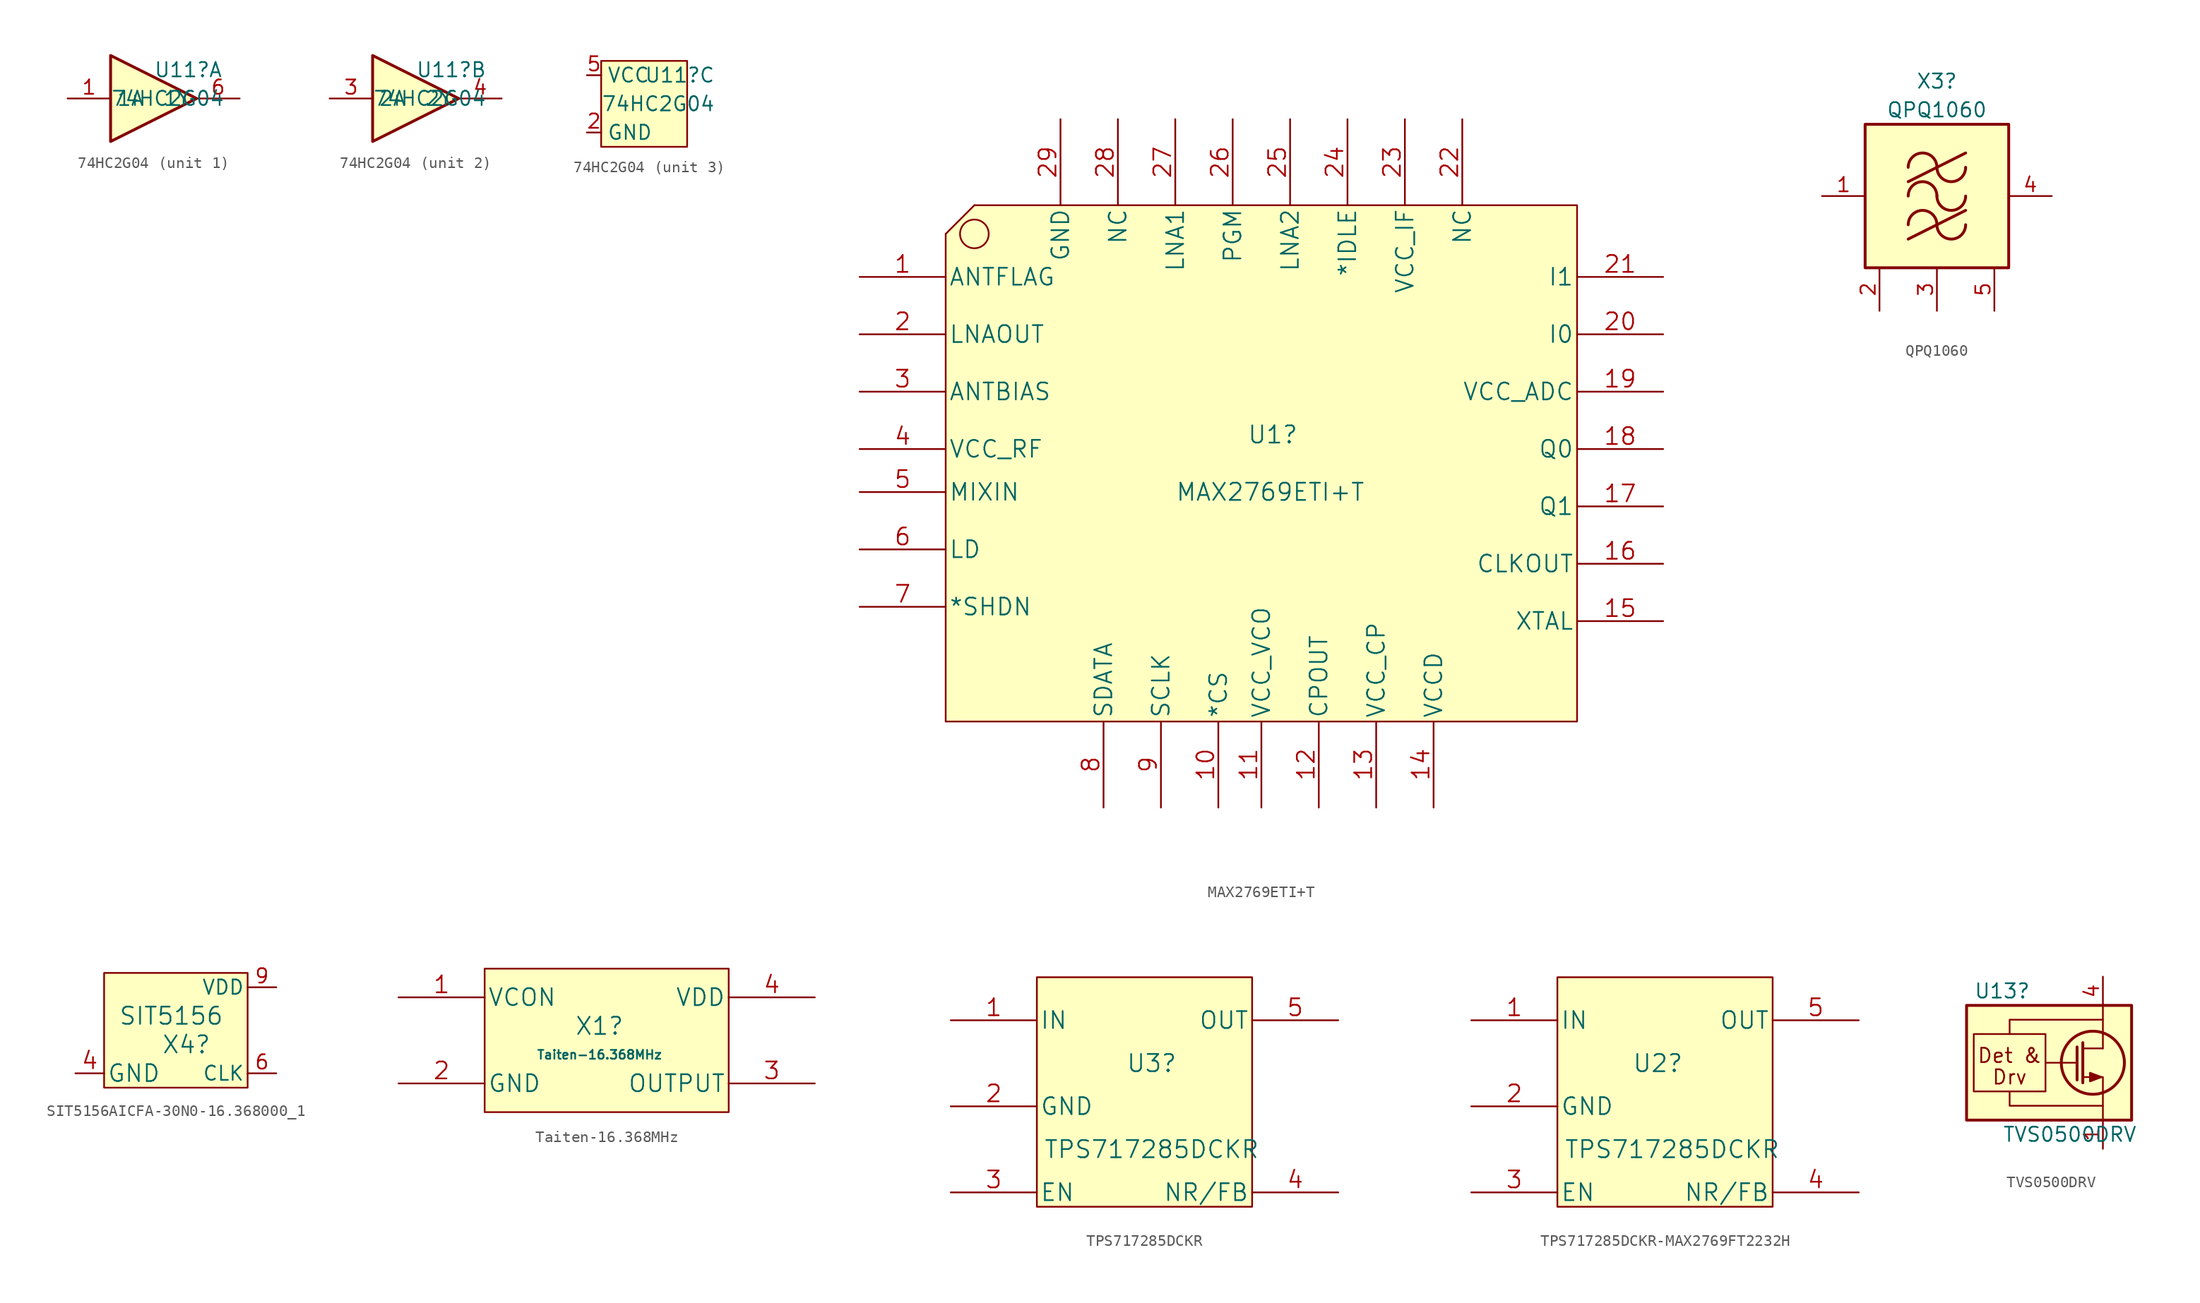
<source format=kicad_sym>
(kicad_symbol_lib
  (version 20220914)
  (generator kicad_symbol_editor)
  (symbol "74HC2G04"
    (property "Reference" "U11"
      (at 0 2.54 0)
      (effects (font (size 1.27 1.27)) (justify left)))
    (property "Value" "74HC2G04"
      (at -3.81 0 0)
      (effects (font (size 1.27 1.27)) (justify left)))
    (property "ki_locked" ""
      (at 0 0 0)
      (effects (font (size 1.27 1.27))))
    (symbol "74HC2G04_1_0"
      (polyline (pts (xy -3.81 3.81) (xy -3.81 -3.81) (xy 3.81 0) (xy -3.81 3.81)) (stroke (width 0.254) (type solid)) (fill (type background)))
      (pin input line (at -7.62 0 0) (length 3.81) (name "1A" (effects (font (size 1.27 1.27)))) (number "1" (effects (font (size 1.27 1.27)))))
      (pin output line (at 7.62 0 180) (length 3.81) (name "1Y" (effects (font (size 1.27 1.27)))) (number "6" (effects (font (size 1.27 1.27))))))
    (symbol "74HC2G04_2_0"
      (polyline (pts (xy -3.81 3.81) (xy -3.81 -3.81) (xy 3.81 0) (xy -3.81 3.81)) (stroke (width 0.254) (type solid)) (fill (type background)))
      (pin input line (at -7.62 0 0) (length 3.81) (name "2A" (effects (font (size 1.27 1.27)))) (number "3" (effects (font (size 1.27 1.27)))))
      (pin output line (at 7.62 0 180) (length 3.81) (name "2Y" (effects (font (size 1.27 1.27)))) (number "4" (effects (font (size 1.27 1.27))))))
    (symbol "74HC2G04_3_0"
      (pin power_in line (at -5.08 -2.54 0) (length 1.27) (name "GND" (effects (font (size 1.27 1.27)))) (number "2" (effects (font (size 1.27 1.27)))))
      (pin power_in line (at -5.08 2.54 0) (length 1.27) (name "VCC" (effects (font (size 1.27 1.27)))) (number "5" (effects (font (size 1.27 1.27))))))
    (symbol "74HC2G04_3_1"
      (rectangle (start 3.81 3.81) (end -3.81 -3.81) (stroke (width 0) (type solid)) (fill (type background)))))
  (symbol "MAX2769ETI+T"
    (pin_names
      (offset 0.254))
    (property "Reference" "U1"
      (at 34.29 -15.24 0)
      (effects (font (size 1.524 1.524)) (justify left)))
    (property "Value" "MAX2769ETI+T"
      (at 27.94 -20.32 0)
      (effects (font (size 1.524 1.524)) (justify left)))
    (property "Datasheet" ""
      (at 0 0 0)
      (effects (font (size 1.524 1.524))))
    (property "ki_locked" ""
      (at 0 0 0)
      (effects (font (size 1.27 1.27))))
    (symbol "MAX2769ETI+T_1_1"
      (polyline (pts (xy 7.62 2.54) (xy 10.16 5.08)) (stroke (width 0) (type solid)) (fill (type none)))
      (polyline (pts (xy 7.62 2.54) (xy 7.62 -40.64) (xy 63.5 -40.64) (xy 63.5 5.08) (xy 10.16 5.08)) (stroke (width 0) (type solid)) (fill (type background)))
      (circle (center 10.16 2.54) (radius 1.27) (stroke (width 0) (type solid)) (fill (type none)))
      (pin unspecified line (at 0 -1.27 0) (length 7.62) (name "ANTFLAG" (effects (font (size 1.499 1.499)))) (number "1" (effects (font (size 1.499 1.499)))))
      (pin unspecified line (at 31.75 -48.26 90) (length 7.62) (name "*CS" (effects (font (size 1.499 1.499)))) (number "10" (effects (font (size 1.499 1.499)))))
      (pin unspecified line (at 35.56 -48.26 90) (length 7.62) (name "VCC_VCO" (effects (font (size 1.499 1.499)))) (number "11" (effects (font (size 1.499 1.499)))))
      (pin unspecified line (at 40.64 -48.26 90) (length 7.62) (name "CPOUT" (effects (font (size 1.499 1.499)))) (number "12" (effects (font (size 1.499 1.499)))))
      (pin unspecified line (at 45.72 -48.26 90) (length 7.62) (name "VCC_CP" (effects (font (size 1.499 1.499)))) (number "13" (effects (font (size 1.499 1.499)))))
      (pin unspecified line (at 50.8 -48.26 90) (length 7.62) (name "VCCD" (effects (font (size 1.499 1.499)))) (number "14" (effects (font (size 1.499 1.499)))))
      (pin unspecified line (at 71.12 -31.75 180) (length 7.62) (name "XTAL" (effects (font (size 1.499 1.499)))) (number "15" (effects (font (size 1.499 1.499)))))
      (pin unspecified line (at 71.12 -26.67 180) (length 7.62) (name "CLKOUT" (effects (font (size 1.499 1.499)))) (number "16" (effects (font (size 1.499 1.499)))))
      (pin unspecified line (at 71.12 -21.59 180) (length 7.62) (name "Q1" (effects (font (size 1.499 1.499)))) (number "17" (effects (font (size 1.499 1.499)))))
      (pin unspecified line (at 71.12 -16.51 180) (length 7.62) (name "Q0" (effects (font (size 1.499 1.499)))) (number "18" (effects (font (size 1.499 1.499)))))
      (pin unspecified line (at 71.12 -11.43 180) (length 7.62) (name "VCC_ADC" (effects (font (size 1.499 1.499)))) (number "19" (effects (font (size 1.499 1.499)))))
      (pin unspecified line (at 0 -6.35 0) (length 7.62) (name "LNAOUT" (effects (font (size 1.499 1.499)))) (number "2" (effects (font (size 1.499 1.499)))))
      (pin unspecified line (at 71.12 -6.35 180) (length 7.62) (name "I0" (effects (font (size 1.499 1.499)))) (number "20" (effects (font (size 1.499 1.499)))))
      (pin unspecified line (at 71.12 -1.27 180) (length 7.62) (name "I1" (effects (font (size 1.499 1.499)))) (number "21" (effects (font (size 1.499 1.499)))))
      (pin unspecified line (at 53.34 12.7 270) (length 7.62) (name "NC" (effects (font (size 1.499 1.499)))) (number "22" (effects (font (size 1.499 1.499)))))
      (pin unspecified line (at 48.26 12.7 270) (length 7.62) (name "VCC_IF" (effects (font (size 1.499 1.499)))) (number "23" (effects (font (size 1.499 1.499)))))
      (pin unspecified line (at 43.18 12.7 270) (length 7.62) (name "*IDLE" (effects (font (size 1.499 1.499)))) (number "24" (effects (font (size 1.499 1.499)))))
      (pin unspecified line (at 38.1 12.7 270) (length 7.62) (name "LNA2" (effects (font (size 1.499 1.499)))) (number "25" (effects (font (size 1.499 1.499)))))
      (pin unspecified line (at 33.02 12.7 270) (length 7.62) (name "PGM" (effects (font (size 1.499 1.499)))) (number "26" (effects (font (size 1.499 1.499)))))
      (pin unspecified line (at 27.94 12.7 270) (length 7.62) (name "LNA1" (effects (font (size 1.499 1.499)))) (number "27" (effects (font (size 1.499 1.499)))))
      (pin unspecified line (at 22.86 12.7 270) (length 7.62) (name "NC" (effects (font (size 1.499 1.499)))) (number "28" (effects (font (size 1.499 1.499)))))
      (pin power_in line (at 17.78 12.7 270) (length 7.62) (name "GND" (effects (font (size 1.499 1.499)))) (number "29" (effects (font (size 1.499 1.499)))))
      (pin unspecified line (at 0 -11.43 0) (length 7.62) (name "ANTBIAS" (effects (font (size 1.499 1.499)))) (number "3" (effects (font (size 1.499 1.499)))))
      (pin unspecified line (at 0 -16.51 0) (length 7.62) (name "VCC_RF" (effects (font (size 1.499 1.499)))) (number "4" (effects (font (size 1.499 1.499)))))
      (pin unspecified line (at 0 -20.32 0) (length 7.62) (name "MIXIN" (effects (font (size 1.499 1.499)))) (number "5" (effects (font (size 1.499 1.499)))))
      (pin unspecified line (at 0 -25.4 0) (length 7.62) (name "LD" (effects (font (size 1.499 1.499)))) (number "6" (effects (font (size 1.499 1.499)))))
      (pin unspecified line (at 0 -30.48 0) (length 7.62) (name "*SHDN" (effects (font (size 1.499 1.499)))) (number "7" (effects (font (size 1.499 1.499)))))
      (pin unspecified line (at 21.59 -48.26 90) (length 7.62) (name "SDATA" (effects (font (size 1.499 1.499)))) (number "8" (effects (font (size 1.499 1.499)))))
      (pin unspecified line (at 26.67 -48.26 90) (length 7.62) (name "SCLK" (effects (font (size 1.499 1.499)))) (number "9" (effects (font (size 1.499 1.499)))))))
  (symbol "QPQ1060"
    (pin_names hide)
    (property "Reference" "X3"
      (at 0 10.16 0)
      (effects (font (size 1.27 1.27))))
    (property "Value" "QPQ1060"
      (at 0 7.62 0)
      (effects (font (size 1.27 1.27))))
    (symbol "QPQ1060_1_1"
      (rectangle (start -6.35 6.35) (end 6.35 -6.35) (stroke (width 0.254) (type default)) (fill (type background)))
      (arc (start 0 -2.54) (mid -1.27 -1.2755) (end -2.54 -2.54) (stroke (width 0.254) (type default)) (fill (type none)))
      (arc (start 0 -2.54) (mid 1.27 -3.8045) (end 2.54 -2.54) (stroke (width 0.254) (type default)) (fill (type none)))
      (arc (start 0 0) (mid -1.27 1.2645) (end -2.54 0) (stroke (width 0.254) (type default)) (fill (type none)))
      (polyline (pts (xy -2.54 -3.81) (xy 2.54 -1.27)) (stroke (width 0.254) (type default)) (fill (type none)))
      (polyline (pts (xy -2.54 1.27) (xy 2.54 3.81)) (stroke (width 0.254) (type default)) (fill (type none)))
      (arc (start 0 0) (mid 1.27 -1.2645) (end 2.54 0) (stroke (width 0.254) (type default)) (fill (type none)))
      (arc (start 0 2.54) (mid -1.27 3.8045) (end -2.54 2.54) (stroke (width 0.254) (type default)) (fill (type none)))
      (arc (start 0 2.54) (mid 1.27 1.2755) (end 2.54 2.54) (stroke (width 0.254) (type default)) (fill (type none)))
      (pin input line (at -10.16 0 0) (length 3.81) (name "IN" (effects (font (size 1.27 1.27)))) (number "1" (effects (font (size 1.27 1.27)))))
      (pin passive line (at -5.08 -10.16 90) (length 3.81) (name "GND" (effects (font (size 1.27 1.27)))) (number "2" (effects (font (size 1.27 1.27)))))
      (pin passive line (at 0 -10.16 90) (length 3.81) (name "GND" (effects (font (size 1.27 1.27)))) (number "3" (effects (font (size 1.27 1.27)))))
      (pin output line (at 10.16 0 180) (length 3.81) (name "OUT" (effects (font (size 1.27 1.27)))) (number "4" (effects (font (size 1.27 1.27)))))
      (pin passive line (at 5.08 -10.16 90) (length 3.81) (name "GND" (effects (font (size 1.27 1.27)))) (number "5" (effects (font (size 1.27 1.27)))))))
  (symbol "SIT5156AICFA-30N0-16.368000_1"
    (pin_names
      (offset 0.254))
    (property "Reference" "X4"
      (at 7.62 -5.08 0)
      (effects (font (size 1.524 1.524)) (justify left)))
    (property "Value" "SIT5156"
      (at 3.81 -2.54 0)
      (effects (font (size 1.524 1.524)) (justify left)))
    (property "Datasheet" ""
      (at 0 0 0)
      (effects (font (size 1.524 1.524))))
    (property "ki_locked" ""
      (at 0 0 0)
      (effects (font (size 1.27 1.27))))
    (symbol "SIT5156AICFA-30N0-16.368000_1_0_0"
      (pin output line (at 17.78 -7.62 180) (length 2.54) (name "CLK" (effects (font (size 1.27 1.27)))) (number "6" (effects (font (size 1.27 1.27)))))
      (pin power_in line (at 17.78 0 180) (length 2.54) (name "VDD" (effects (font (size 1.27 1.27)))) (number "9" (effects (font (size 1.27 1.27))))))
    (symbol "SIT5156AICFA-30N0-16.368000_1_1_0"
      (pin no_connect line (at 8.89 1.27 270) (length 0) hide (name "NC" (effects (font (size 1.27 1.27)))) (number "10" (effects (font (size 1.27 1.27)))))
      (pin no_connect line (at 15.24 -5.08 180) (length 0) hide (name "NC" (effects (font (size 1.27 1.27)))) (number "7" (effects (font (size 1.27 1.27)))))
      (pin no_connect line (at 15.24 -2.54 180) (length 0) hide (name "NC" (effects (font (size 1.27 1.27)))) (number "8" (effects (font (size 1.27 1.27))))))
    (symbol "SIT5156AICFA-30N0-16.368000_1_1_1"
      (rectangle (start 2.54 1.27) (end 15.24 -8.89) (stroke (width 0) (type solid)) (fill (type background)))
      (pin no_connect line (at 2.54 0 0) (length 0) hide (name "NC" (effects (font (size 1.499 1.499)))) (number "1" (effects (font (size 1.499 1.499)))))
      (pin no_connect line (at 2.54 -2.54 0) (length 0) hide (name "NC" (effects (font (size 1.499 1.499)))) (number "2" (effects (font (size 1.499 1.499)))))
      (pin no_connect line (at 2.54 -5.08 0) (length 0) hide (name "NC" (effects (font (size 1.499 1.499)))) (number "3" (effects (font (size 1.499 1.499)))))
      (pin power_in line (at 0 -7.62 0) (length 2.54) (name "GND" (effects (font (size 1.499 1.499)))) (number "4" (effects (font (size 1.499 1.499)))))
      (pin no_connect line (at 8.89 -8.89 90) (length 0) hide (name "NC" (effects (font (size 1.499 1.499)))) (number "5" (effects (font (size 1.499 1.499)))))))
  (symbol "Taiten-16.368MHz"
    (pin_names
      (offset 0.254))
    (property "Reference" "X1"
      (at 17.78 0 0)
      (effects (font (size 1.524 1.524))))
    (property "Value" "Taiten-16.368MHz"
      (at 17.78 -2.54 0)
      (effects (font (size 0.787 0.787))))
    (property "Datasheet" ""
      (at 0 0 0)
      (effects (font (size 1.524 1.524))))
    (property "ki_locked" ""
      (at 0 0 0)
      (effects (font (size 1.27 1.27))))
    (symbol "Taiten-16.368MHz_1_1"
      (rectangle (start 7.62 5.08) (end 29.21 -7.62) (stroke (width 0) (type solid)) (fill (type background)))
      (pin unspecified line (at 0 2.54 0) (length 7.62) (name "VCON" (effects (font (size 1.499 1.499)))) (number "1" (effects (font (size 1.499 1.499)))))
      (pin power_in line (at 0 -5.08 0) (length 7.62) (name "GND" (effects (font (size 1.499 1.499)))) (number "2" (effects (font (size 1.499 1.499)))))
      (pin output line (at 36.83 -5.08 180) (length 7.62) (name "OUTPUT" (effects (font (size 1.499 1.499)))) (number "3" (effects (font (size 1.499 1.499)))))
      (pin power_in line (at 36.83 2.54 180) (length 7.62) (name "VDD" (effects (font (size 1.499 1.499)))) (number "4" (effects (font (size 1.499 1.499)))))))
  (symbol "TPS717285DCKR"
    (pin_names
      (offset 0.254))
    (property "Reference" "U3"
      (at 17.78 -2.54 0)
      (effects (font (size 1.524 1.524))))
    (property "Value" "TPS717285DCKR"
      (at 17.78 -10.16 0)
      (effects (font (size 1.524 1.524))))
    (property "Datasheet" ""
      (at 0 0 0)
      (effects (font (size 1.524 1.524))))
    (property "ki_locked" ""
      (at 0 0 0)
      (effects (font (size 1.27 1.27))))
    (symbol "TPS717285DCKR_1_1"
      (rectangle (start 7.62 5.08) (end 26.67 -15.24) (stroke (width 0) (type solid)) (fill (type background)))
      (pin input line (at 0 1.27 0) (length 7.62) (name "IN" (effects (font (size 1.499 1.499)))) (number "1" (effects (font (size 1.499 1.499)))))
      (pin power_in line (at 0 -6.35 0) (length 7.62) (name "GND" (effects (font (size 1.499 1.499)))) (number "2" (effects (font (size 1.499 1.499)))))
      (pin unspecified line (at 0 -13.97 0) (length 7.62) (name "EN" (effects (font (size 1.499 1.499)))) (number "3" (effects (font (size 1.499 1.499)))))
      (pin bidirectional line (at 34.29 -13.97 180) (length 7.62) (name "NR/FB" (effects (font (size 1.499 1.499)))) (number "4" (effects (font (size 1.499 1.499)))))
      (pin output line (at 34.29 1.27 180) (length 7.62) (name "OUT" (effects (font (size 1.499 1.499)))) (number "5" (effects (font (size 1.499 1.499)))))))
  (symbol "TPS717285DCKR-MAX2769FT2232H"
    (pin_names
      (offset 0.254))
    (property "Reference" "U2"
      (at 16.51 -2.54 0)
      (effects (font (size 1.524 1.524))))
    (property "Value" "TPS717285DCKR"
      (at 17.78 -10.16 0)
      (effects (font (size 1.524 1.524))))
    (property "Datasheet" ""
      (at 0 0 0)
      (effects (font (size 1.524 1.524))))
    (property "ki_locked" ""
      (at 0 0 0)
      (effects (font (size 1.27 1.27))))
    (symbol "TPS717285DCKR-MAX2769FT2232H_1_1"
      (rectangle (start 7.62 5.08) (end 26.67 -15.24) (stroke (width 0) (type solid)) (fill (type background)))
      (pin input line (at 0 1.27 0) (length 7.62) (name "IN" (effects (font (size 1.499 1.499)))) (number "1" (effects (font (size 1.499 1.499)))))
      (pin power_in line (at 0 -6.35 0) (length 7.62) (name "GND" (effects (font (size 1.499 1.499)))) (number "2" (effects (font (size 1.499 1.499)))))
      (pin unspecified line (at 0 -13.97 0) (length 7.62) (name "EN" (effects (font (size 1.499 1.499)))) (number "3" (effects (font (size 1.499 1.499)))))
      (pin bidirectional line (at 34.29 -13.97 180) (length 7.62) (name "NR/FB" (effects (font (size 1.499 1.499)))) (number "4" (effects (font (size 1.499 1.499)))))
      (pin output line (at 34.29 1.27 180) (length 7.62) (name "OUT" (effects (font (size 1.499 1.499)))) (number "5" (effects (font (size 1.499 1.499)))))))
  (symbol "TVS0500DRV"
    (pin_names
      (offset 0) hide)
    (property "Reference" "U13"
      (at -11.43 6.35 0)
      (effects (font (size 1.27 1.27)) (justify left)))
    (property "Value" "TVS0500DRV"
      (at -8.89 -6.35 0)
      (effects (font (size 1.27 1.27)) (justify left)))
    (symbol "TVS0500DRV_0_0"
      (rectangle (start -11.43 2.54) (end -5.08 -2.54) (stroke (width 0) (type default)) (fill (type none)))
      (polyline (pts (xy 0 1.27) (xy -1.778 1.27)) (stroke (width 0) (type default)) (fill (type none)))
      (polyline (pts (xy -8.255 -2.54) (xy -8.255 -3.81) (xy 0 -3.81)) (stroke (width 0) (type default)) (fill (type none)))
      (polyline (pts (xy -8.255 2.54) (xy -8.255 3.81) (xy 0 3.81)) (stroke (width 0) (type default)) (fill (type none)))
      (text "Det &" (at -8.255 0.635 0) (effects (font (size 1.27 1.27))))
      (text "Drv" (at -8.255 -1.27 0) (effects (font (size 1.27 1.27)))))
    (symbol "TVS0500DRV_0_1"
      (rectangle (start -12.065 5.08) (end 2.54 -5.08) (stroke (width 0.254) (type default)) (fill (type background)))
      (circle (center -0.889 0) (radius 2.794) (stroke (width 0.254) (type default)) (fill (type none)))
      (polyline (pts (xy -2.286 0) (xy -5.08 0)) (stroke (width 0) (type default)) (fill (type none)))
      (polyline (pts (xy -2.286 1.397) (xy -2.286 -1.524)) (stroke (width 0.254) (type default)) (fill (type none)))
      (polyline (pts (xy -1.778 1.778) (xy -1.778 -1.778)) (stroke (width 0.254) (type default)) (fill (type none)))
      (polyline (pts (xy 0 -2.54) (xy 0 -5.08)) (stroke (width 0) (type default)) (fill (type none)))
      (polyline (pts (xy 0 2.54) (xy 0 1.27)) (stroke (width 0) (type default)) (fill (type none)))
      (polyline (pts (xy 0 5.08) (xy 0 2.54)) (stroke (width 0) (type default)) (fill (type none)))
      (polyline (pts (xy 0 -2.54) (xy 0 -1.27) (xy -1.778 -1.27)) (stroke (width 0) (type default)) (fill (type none)))
      (polyline (pts (xy -0.127 -1.27) (xy -1.143 -1.651) (xy -1.143 -0.889) (xy -0.127 -1.27)) (stroke (width 0) (type default)) (fill (type outline))))
    (symbol "TVS0500DRV_1_1"
      (pin power_in line (at 0 -7.62 90) (length 2.54) (name "GND" (effects (font (size 1.27 1.27)))) (number "1" (effects (font (size 1.27 1.27)))))
      (pin passive line (at 0 -7.62 90) (length 2.54) hide (name "GND" (effects (font (size 1.27 1.27)))) (number "2" (effects (font (size 1.27 1.27)))))
      (pin passive line (at 0 -7.62 90) (length 2.54) hide (name "GND" (effects (font (size 1.27 1.27)))) (number "3" (effects (font (size 1.27 1.27)))))
      (pin passive line (at 0 7.62 270) (length 2.54) (name "IN" (effects (font (size 1.27 1.27)))) (number "4" (effects (font (size 1.27 1.27)))))
      (pin passive line (at 0 7.62 270) (length 2.54) hide (name "IN" (effects (font (size 1.27 1.27)))) (number "5" (effects (font (size 1.27 1.27)))))
      (pin passive line (at 0 7.62 270) (length 2.54) hide (name "IN" (effects (font (size 1.27 1.27)))) (number "6" (effects (font (size 1.27 1.27)))))
      (pin passive line (at 0 -7.62 90) (length 2.54) hide (name "GND" (effects (font (size 1.27 1.27)))) (number "7" (effects (font (size 1.27 1.27))))))))
</source>
